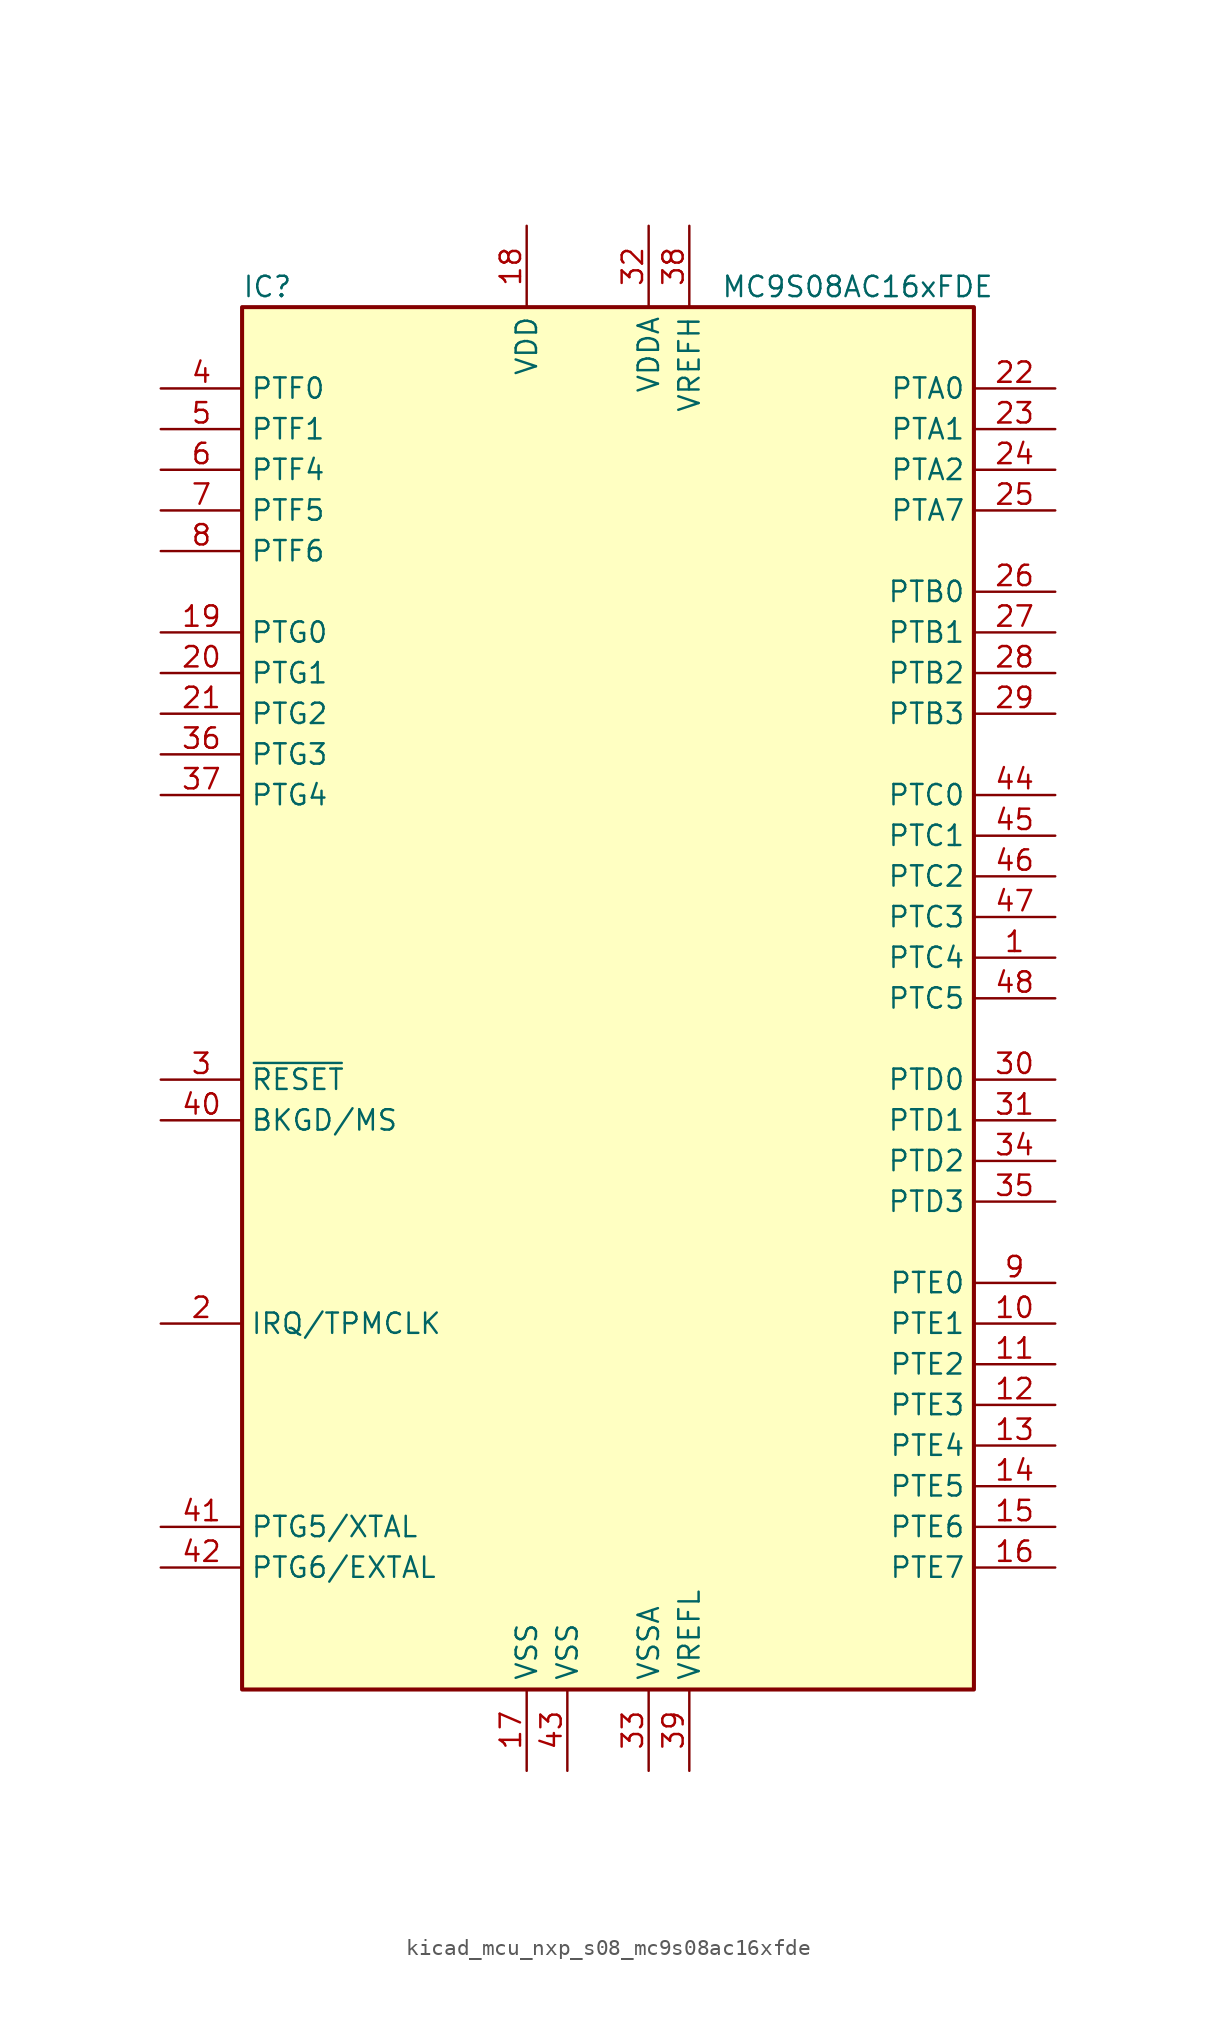
<source format=kicad_sym>
(kicad_symbol_lib
  (version 20220914)
  (generator kicad_symbol_editor)
  (symbol "kicad_mcu_nxp_s08_mc9s08ac16xfde"
    (property "Reference" "IC"
      (at -22.86 44.45 0)
      (effects (font (size 1.27 1.27)) (justify left)))
    (property "Value" "MC9S08AC16xFDE"
      (at 24.13 44.45 0)
      (effects (font (size 1.27 1.27)) (justify right)))
    (symbol "kicad_mcu_nxp_s08_mc9s08ac16xfde_0_1"
      (rectangle (start -22.86 43.18) (end 22.86 -43.18) (stroke (width 0.254) (type default)) (fill (type background))))
    (symbol "kicad_mcu_nxp_s08_mc9s08ac16xfde_1_1"
      (pin bidirectional line (at 27.94 2.54 180) (length 5.08) (name "PTC4" (effects (font (size 1.27 1.27)))) (number "1" (effects (font (size 1.27 1.27)))))
      (pin bidirectional line (at 27.94 -20.32 180) (length 5.08) (name "PTE1" (effects (font (size 1.27 1.27)))) (number "10" (effects (font (size 1.27 1.27)))))
      (pin bidirectional line (at 27.94 -22.86 180) (length 5.08) (name "PTE2" (effects (font (size 1.27 1.27)))) (number "11" (effects (font (size 1.27 1.27)))))
      (pin bidirectional line (at 27.94 -25.4 180) (length 5.08) (name "PTE3" (effects (font (size 1.27 1.27)))) (number "12" (effects (font (size 1.27 1.27)))))
      (pin bidirectional line (at 27.94 -27.94 180) (length 5.08) (name "PTE4" (effects (font (size 1.27 1.27)))) (number "13" (effects (font (size 1.27 1.27)))))
      (pin bidirectional line (at 27.94 -30.48 180) (length 5.08) (name "PTE5" (effects (font (size 1.27 1.27)))) (number "14" (effects (font (size 1.27 1.27)))))
      (pin bidirectional line (at 27.94 -33.02 180) (length 5.08) (name "PTE6" (effects (font (size 1.27 1.27)))) (number "15" (effects (font (size 1.27 1.27)))))
      (pin bidirectional line (at 27.94 -35.56 180) (length 5.08) (name "PTE7" (effects (font (size 1.27 1.27)))) (number "16" (effects (font (size 1.27 1.27)))))
      (pin power_in line (at -5.08 -48.26 90) (length 5.08) (name "VSS" (effects (font (size 1.27 1.27)))) (number "17" (effects (font (size 1.27 1.27)))))
      (pin power_in line (at -5.08 48.26 270) (length 5.08) (name "VDD" (effects (font (size 1.27 1.27)))) (number "18" (effects (font (size 1.27 1.27)))))
      (pin bidirectional line (at -27.94 22.86 0) (length 5.08) (name "PTG0" (effects (font (size 1.27 1.27)))) (number "19" (effects (font (size 1.27 1.27)))))
      (pin input line (at -27.94 -20.32 0) (length 5.08) (name "IRQ/TPMCLK" (effects (font (size 1.27 1.27)))) (number "2" (effects (font (size 1.27 1.27)))))
      (pin bidirectional line (at -27.94 20.32 0) (length 5.08) (name "PTG1" (effects (font (size 1.27 1.27)))) (number "20" (effects (font (size 1.27 1.27)))))
      (pin bidirectional line (at -27.94 17.78 0) (length 5.08) (name "PTG2" (effects (font (size 1.27 1.27)))) (number "21" (effects (font (size 1.27 1.27)))))
      (pin bidirectional line (at 27.94 38.1 180) (length 5.08) (name "PTA0" (effects (font (size 1.27 1.27)))) (number "22" (effects (font (size 1.27 1.27)))))
      (pin bidirectional line (at 27.94 35.56 180) (length 5.08) (name "PTA1" (effects (font (size 1.27 1.27)))) (number "23" (effects (font (size 1.27 1.27)))))
      (pin bidirectional line (at 27.94 33.02 180) (length 5.08) (name "PTA2" (effects (font (size 1.27 1.27)))) (number "24" (effects (font (size 1.27 1.27)))))
      (pin bidirectional line (at 27.94 30.48 180) (length 5.08) (name "PTA7" (effects (font (size 1.27 1.27)))) (number "25" (effects (font (size 1.27 1.27)))))
      (pin bidirectional line (at 27.94 25.4 180) (length 5.08) (name "PTB0" (effects (font (size 1.27 1.27)))) (number "26" (effects (font (size 1.27 1.27)))))
      (pin bidirectional line (at 27.94 22.86 180) (length 5.08) (name "PTB1" (effects (font (size 1.27 1.27)))) (number "27" (effects (font (size 1.27 1.27)))))
      (pin bidirectional line (at 27.94 20.32 180) (length 5.08) (name "PTB2" (effects (font (size 1.27 1.27)))) (number "28" (effects (font (size 1.27 1.27)))))
      (pin bidirectional line (at 27.94 17.78 180) (length 5.08) (name "PTB3" (effects (font (size 1.27 1.27)))) (number "29" (effects (font (size 1.27 1.27)))))
      (pin input line (at -27.94 -5.08 0) (length 5.08) (name "~{RESET}" (effects (font (size 1.27 1.27)))) (number "3" (effects (font (size 1.27 1.27)))))
      (pin bidirectional line (at 27.94 -5.08 180) (length 5.08) (name "PTD0" (effects (font (size 1.27 1.27)))) (number "30" (effects (font (size 1.27 1.27)))))
      (pin bidirectional line (at 27.94 -7.62 180) (length 5.08) (name "PTD1" (effects (font (size 1.27 1.27)))) (number "31" (effects (font (size 1.27 1.27)))))
      (pin power_in line (at 2.54 48.26 270) (length 5.08) (name "VDDA" (effects (font (size 1.27 1.27)))) (number "32" (effects (font (size 1.27 1.27)))))
      (pin power_in line (at 2.54 -48.26 90) (length 5.08) (name "VSSA" (effects (font (size 1.27 1.27)))) (number "33" (effects (font (size 1.27 1.27)))))
      (pin bidirectional line (at 27.94 -10.16 180) (length 5.08) (name "PTD2" (effects (font (size 1.27 1.27)))) (number "34" (effects (font (size 1.27 1.27)))))
      (pin bidirectional line (at 27.94 -12.7 180) (length 5.08) (name "PTD3" (effects (font (size 1.27 1.27)))) (number "35" (effects (font (size 1.27 1.27)))))
      (pin bidirectional line (at -27.94 15.24 0) (length 5.08) (name "PTG3" (effects (font (size 1.27 1.27)))) (number "36" (effects (font (size 1.27 1.27)))))
      (pin bidirectional line (at -27.94 12.7 0) (length 5.08) (name "PTG4" (effects (font (size 1.27 1.27)))) (number "37" (effects (font (size 1.27 1.27)))))
      (pin power_in line (at 5.08 48.26 270) (length 5.08) (name "VREFH" (effects (font (size 1.27 1.27)))) (number "38" (effects (font (size 1.27 1.27)))))
      (pin power_in line (at 5.08 -48.26 90) (length 5.08) (name "VREFL" (effects (font (size 1.27 1.27)))) (number "39" (effects (font (size 1.27 1.27)))))
      (pin bidirectional line (at -27.94 38.1 0) (length 5.08) (name "PTF0" (effects (font (size 1.27 1.27)))) (number "4" (effects (font (size 1.27 1.27)))))
      (pin bidirectional line (at -27.94 -7.62 0) (length 5.08) (name "BKGD/MS" (effects (font (size 1.27 1.27)))) (number "40" (effects (font (size 1.27 1.27)))))
      (pin bidirectional line (at -27.94 -33.02 0) (length 5.08) (name "PTG5/XTAL" (effects (font (size 1.27 1.27)))) (number "41" (effects (font (size 1.27 1.27)))))
      (pin bidirectional line (at -27.94 -35.56 0) (length 5.08) (name "PTG6/EXTAL" (effects (font (size 1.27 1.27)))) (number "42" (effects (font (size 1.27 1.27)))))
      (pin power_in line (at -2.54 -48.26 90) (length 5.08) (name "VSS" (effects (font (size 1.27 1.27)))) (number "43" (effects (font (size 1.27 1.27)))))
      (pin bidirectional line (at 27.94 12.7 180) (length 5.08) (name "PTC0" (effects (font (size 1.27 1.27)))) (number "44" (effects (font (size 1.27 1.27)))))
      (pin bidirectional line (at 27.94 10.16 180) (length 5.08) (name "PTC1" (effects (font (size 1.27 1.27)))) (number "45" (effects (font (size 1.27 1.27)))))
      (pin bidirectional line (at 27.94 7.62 180) (length 5.08) (name "PTC2" (effects (font (size 1.27 1.27)))) (number "46" (effects (font (size 1.27 1.27)))))
      (pin bidirectional line (at 27.94 5.08 180) (length 5.08) (name "PTC3" (effects (font (size 1.27 1.27)))) (number "47" (effects (font (size 1.27 1.27)))))
      (pin bidirectional line (at 27.94 0 180) (length 5.08) (name "PTC5" (effects (font (size 1.27 1.27)))) (number "48" (effects (font (size 1.27 1.27)))))
      (pin bidirectional line (at -27.94 35.56 0) (length 5.08) (name "PTF1" (effects (font (size 1.27 1.27)))) (number "5" (effects (font (size 1.27 1.27)))))
      (pin bidirectional line (at -27.94 33.02 0) (length 5.08) (name "PTF4" (effects (font (size 1.27 1.27)))) (number "6" (effects (font (size 1.27 1.27)))))
      (pin bidirectional line (at -27.94 30.48 0) (length 5.08) (name "PTF5" (effects (font (size 1.27 1.27)))) (number "7" (effects (font (size 1.27 1.27)))))
      (pin bidirectional line (at -27.94 27.94 0) (length 5.08) (name "PTF6" (effects (font (size 1.27 1.27)))) (number "8" (effects (font (size 1.27 1.27)))))
      (pin bidirectional line (at 27.94 -17.78 180) (length 5.08) (name "PTE0" (effects (font (size 1.27 1.27)))) (number "9" (effects (font (size 1.27 1.27))))))))
</source>
